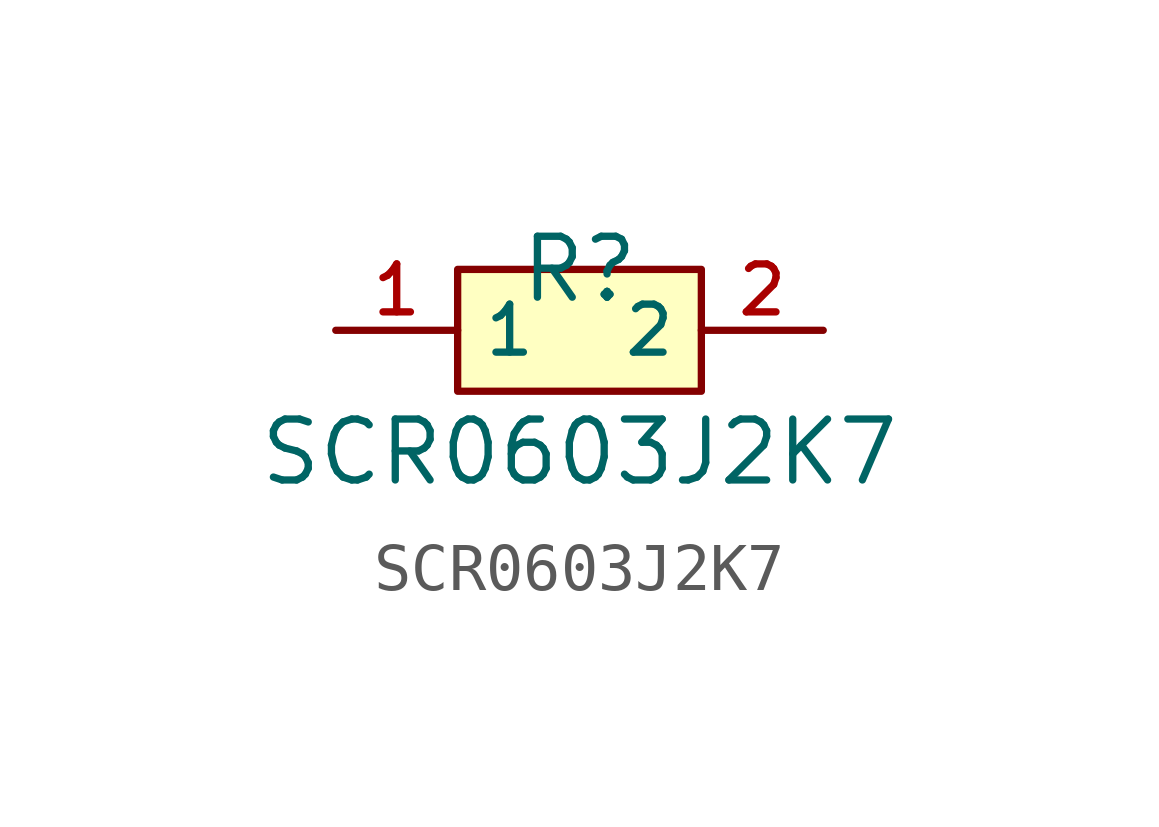
<source format=kicad_sym>
(kicad_symbol_lib
  (version 20210201)
  (generator TousstNicolas/JLC2KiCad_lib)
  (symbol "SCR0603J2K7"
    (property "Reference" "R"
      (at 0 1.27 0)
      (effects (font (size 1.27 1.27))))
    (property "Value" "SCR0603J2K7"
      (at 0 -2.54 0)
      (effects (font (size 1.27 1.27))))
    (symbol "SCR0603J2K7_0_1"
      (rectangle (start -2.54 1.27) (end 2.54 -1.27) (stroke (width 0) (type default) (color 0 0 0 0)) (fill (type background)))
      (pin unspecified line (at 5.08 -0.0 180) (length 2.54) (name "2" (effects (font (size 1 1)))) (number "2" (effects (font (size 1 1)))))
      (pin unspecified line (at -5.08 -0.0 0) (length 2.54) (name "1" (effects (font (size 1 1)))) (number "1" (effects (font (size 1 1))))))))
</source>
